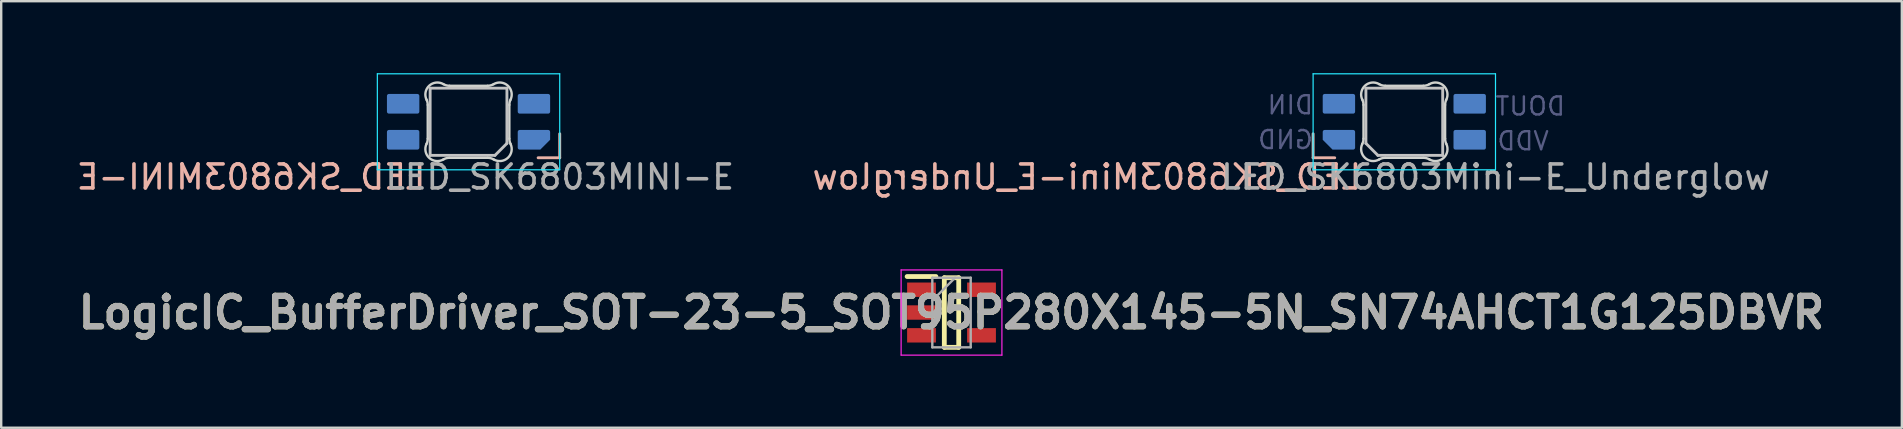
<source format=kicad_pcb>
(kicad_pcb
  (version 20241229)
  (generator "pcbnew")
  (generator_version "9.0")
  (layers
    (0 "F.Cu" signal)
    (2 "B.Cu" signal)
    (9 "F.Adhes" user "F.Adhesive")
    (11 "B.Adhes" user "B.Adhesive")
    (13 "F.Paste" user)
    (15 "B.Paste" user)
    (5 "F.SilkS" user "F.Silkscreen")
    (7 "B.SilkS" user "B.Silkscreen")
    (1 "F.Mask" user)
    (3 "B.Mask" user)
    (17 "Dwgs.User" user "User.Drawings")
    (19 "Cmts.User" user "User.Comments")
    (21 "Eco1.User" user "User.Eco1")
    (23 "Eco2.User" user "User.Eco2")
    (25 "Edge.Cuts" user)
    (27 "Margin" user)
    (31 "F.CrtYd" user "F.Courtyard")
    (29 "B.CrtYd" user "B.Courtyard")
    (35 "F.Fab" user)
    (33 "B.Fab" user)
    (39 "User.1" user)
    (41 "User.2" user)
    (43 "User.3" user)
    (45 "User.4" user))
  (footprint "LED_SK6803Mini-E_Underglow"
    (layer "F.Cu")
    (at 55.468 2.025)
    (property "Reference" "LED_SK6803Mini-E_Underglow" (at -1.7 2.3 0) (layer "B.SilkS") (effects (font (size 1 1) (thickness 0.15)) (justify left mirror)))
    (attr smd)
    (fp_line (start -3.8 0.5) (end -3.8 1.5) (stroke (width 0.12) (type solid)) (layer "B.SilkS"))
    (fp_line (start -3.8 1.5) (end -2.9 1.5) (stroke (width 0.12) (type solid)) (layer "B.SilkS"))
    (fp_line (start -1.6 0.9) (end -1.6 -1.4) (stroke (width 0.12) (type solid)) (layer "Dwgs.User"))
    (fp_line (start -1.6 0.9) (end -1.1 1.4) (stroke (width 0.12) (type solid)) (layer "Dwgs.User"))
    (fp_line (start -1.1 1.4) (end 1.6 1.4) (stroke (width 0.12) (type solid)) (layer "Dwgs.User"))
    (fp_line (start 1.6 -1.4) (end -1.6 -1.4) (stroke (width 0.12) (type solid)) (layer "Dwgs.User"))
    (fp_line (start 1.6 -1.4) (end 1.6 1.4) (stroke (width 0.12) (type solid)) (layer "Dwgs.User"))
    (fp_line (start -1.7 0.703) (end -1.7 -0.703) (stroke (width 0.1) (type solid)) (layer "Edge.Cuts"))
    (fp_line (start -0.794 -1.5) (end 0.794 -1.5) (stroke (width 0.1) (type solid)) (layer "Edge.Cuts"))
    (fp_line (start 0.794 1.5) (end -0.794 1.5) (stroke (width 0.1) (type solid)) (layer "Edge.Cuts"))
    (fp_line (start 1.7 -0.703) (end 1.7 0.703) (stroke (width 0.1) (type solid)) (layer "Edge.Cuts"))
    (fp_arc (start -1.749484 -0.919721) (mid -1.712527 -0.814069) (end -1.699999 -0.702843) (stroke (width 0.1) (type solid)) (layer "Edge.Cuts"))
    (fp_arc (start -1.749484 -0.919721) (mid -1.638071 -1.504036) (end -1.046711 -1.5683) (stroke (width 0.1) (type solid)) (layer "Edge.Cuts"))
    (fp_arc (start -1.699999 0.702842) (mid -1.712527 0.814067) (end -1.749484 0.919719) (stroke (width 0.1) (type solid)) (layer "Edge.Cuts"))
    (fp_arc (start -1.046711 1.568296) (mid -1.63807 1.504033) (end -1.749484 0.919719) (stroke (width 0.1) (type solid)) (layer "Edge.Cuts"))
    (fp_arc (start -1.04671 1.568298) (mid -0.925122 1.517376) (end -0.794452 1.499999) (stroke (width 0.1) (type solid)) (layer "Edge.Cuts"))
    (fp_arc (start -0.794453 -1.500001) (mid -0.925123 -1.517378) (end -1.046711 -1.5683) (stroke (width 0.1) (type solid)) (layer "Edge.Cuts"))
    (fp_arc (start 0.794452 1.499999) (mid 0.925123 1.517376) (end 1.046711 1.568298) (stroke (width 0.1) (type solid)) (layer "Edge.Cuts"))
    (fp_arc (start 1.046711 -1.568299) (mid 0.925123 -1.517377) (end 0.794453 -1.5) (stroke (width 0.1) (type solid)) (layer "Edge.Cuts"))
    (fp_arc (start 1.046711 -1.568299) (mid 1.638071 -1.504035) (end 1.749484 -0.919721) (stroke (width 0.1) (type solid)) (layer "Edge.Cuts"))
    (fp_arc (start 1.699999 -0.702844) (mid 1.712527 -0.814069) (end 1.749484 -0.919721) (stroke (width 0.1) (type solid)) (layer "Edge.Cuts"))
    (fp_arc (start 1.749484 0.919718) (mid 1.638072 1.504034) (end 1.046711 1.568298) (stroke (width 0.1) (type solid)) (layer "Edge.Cuts"))
    (fp_arc (start 1.749484 0.919719) (mid 1.712527 0.814067) (end 1.699999 0.702841) (stroke (width 0.1) (type solid)) (layer "Edge.Cuts"))
    (fp_line (start -3.8 -2) (end -3.8 2) (stroke (width 0.05) (type solid)) (layer "B.CrtYd"))
    (fp_line (start -3.8 2) (end 3.8 2) (stroke (width 0.05) (type solid)) (layer "B.CrtYd"))
    (fp_line (start 3.8 -2) (end -3.8 -2) (stroke (width 0.05) (type solid)) (layer "B.CrtYd"))
    (fp_line (start 3.8 2) (end 3.8 -2) (stroke (width 0.05) (type solid)) (layer "B.CrtYd"))
    (fp_text user "DIN" (at -4.75 -0.7 0) (layer "B.Fab") (effects (font (size 0.75 0.75) (thickness 0.1)) (justify mirror)))
    (fp_text user "VDD" (at 4.95 0.8 0) (layer "B.Fab") (effects (font (size 0.75 0.75) (thickness 0.1)) (justify mirror)))
    (fp_text user "GND" (at -4.95 0.75 0) (layer "B.Fab") (effects (font (size 0.75 0.75) (thickness 0.1)) (justify mirror)))
    (fp_text user "DOUT" (at 5.25 -0.65 0) (layer "B.Fab") (effects (font (size 0.75 0.75) (thickness 0.1)) (justify mirror)))
    (fp_text user "${REFERENCE}" (at 3.8 2.3 0) (layer "F.Fab") (effects (font (size 1 1) (thickness 0.15))))
    (pad "1" smd roundrect (at -2.725 0.75 90) (size 0.82 1.35) (layers "B.Cu" "B.Mask" "B.Paste") (roundrect_rratio 0.1) (chamfer_ratio 0.5) (chamfer top_left))
    (pad "2" smd roundrect (at -2.725 -0.75 90) (size 0.82 1.35) (layers "B.Cu" "B.Mask" "B.Paste") (roundrect_rratio 0.1))
    (pad "3" smd roundrect (at 2.725 -0.75 90) (size 0.82 1.35) (layers "B.Cu" "B.Mask" "B.Paste") (roundrect_rratio 0.1))
    (pad "4" smd roundrect (at 2.725 0.75 90) (size 0.82 1.35) (layers "B.Cu" "B.Mask" "B.Paste") (roundrect_rratio 0.1)))
  (footprint "LED_SK6803MINI-E"
    (layer "F.Cu")
    (at 16.474 2.025)
    (property "Reference" "LED_SK6803MINI-E" (at -1.7 2.3 0) (layer "B.SilkS") (effects (font (size 1 1) (thickness 0.15)) (justify left mirror)))
    (attr smd)
    (fp_line (start 3.8 0.5) (end 3.8 1.5) (stroke (width 0.12) (type solid)) (layer "B.SilkS"))
    (fp_line (start 3.8 1.5) (end 2.9 1.5) (stroke (width 0.12) (type solid)) (layer "B.SilkS"))
    (fp_line (start -1.6 -1.4) (end -1.6 1.4) (stroke (width 0.12) (type solid)) (layer "Dwgs.User"))
    (fp_line (start -1.6 1.4) (end 1.1 1.4) (stroke (width 0.12) (type solid)) (layer "Dwgs.User"))
    (fp_line (start 1.6 -1.4) (end -1.6 -1.4) (stroke (width 0.12) (type solid)) (layer "Dwgs.User"))
    (fp_line (start 1.6 0.9) (end 1.1 1.4) (stroke (width 0.12) (type solid)) (layer "Dwgs.User"))
    (fp_line (start 1.6 0.9) (end 1.6 -1.4) (stroke (width 0.12) (type solid)) (layer "Dwgs.User"))
    (fp_line (start -1.7 0.703) (end -1.7 -0.703) (stroke (width 0.1) (type solid)) (layer "Edge.Cuts"))
    (fp_line (start -0.794 -1.5) (end 0.794 -1.5) (stroke (width 0.1) (type solid)) (layer "Edge.Cuts"))
    (fp_line (start 0.794 1.5) (end -0.794 1.5) (stroke (width 0.1) (type solid)) (layer "Edge.Cuts"))
    (fp_line (start 1.7 -0.703) (end 1.7 0.703) (stroke (width 0.1) (type solid)) (layer "Edge.Cuts"))
    (fp_arc (start -1.749484 -0.919721) (mid -1.712527 -0.814069) (end -1.699999 -0.702843) (stroke (width 0.1) (type solid)) (layer "Edge.Cuts"))
    (fp_arc (start -1.749484 -0.919721) (mid -1.638071 -1.504036) (end -1.046711 -1.5683) (stroke (width 0.1) (type solid)) (layer "Edge.Cuts"))
    (fp_arc (start -1.699999 0.702842) (mid -1.712527 0.814067) (end -1.749484 0.919719) (stroke (width 0.1) (type solid)) (layer "Edge.Cuts"))
    (fp_arc (start -1.046711 1.568296) (mid -1.63807 1.504033) (end -1.749484 0.919719) (stroke (width 0.1) (type solid)) (layer "Edge.Cuts"))
    (fp_arc (start -1.04671 1.568298) (mid -0.925122 1.517376) (end -0.794452 1.499999) (stroke (width 0.1) (type solid)) (layer "Edge.Cuts"))
    (fp_arc (start -0.794453 -1.500001) (mid -0.925123 -1.517378) (end -1.046711 -1.5683) (stroke (width 0.1) (type solid)) (layer "Edge.Cuts"))
    (fp_arc (start 0.794452 1.499999) (mid 0.925123 1.517376) (end 1.046711 1.568298) (stroke (width 0.1) (type solid)) (layer "Edge.Cuts"))
    (fp_arc (start 1.046711 -1.568299) (mid 0.925123 -1.517377) (end 0.794453 -1.5) (stroke (width 0.1) (type solid)) (layer "Edge.Cuts"))
    (fp_arc (start 1.046711 -1.568299) (mid 1.63807 -1.504035) (end 1.749484 -0.919721) (stroke (width 0.1) (type solid)) (layer "Edge.Cuts"))
    (fp_arc (start 1.699999 -0.702844) (mid 1.712527 -0.814069) (end 1.749484 -0.919721) (stroke (width 0.1) (type solid)) (layer "Edge.Cuts"))
    (fp_arc (start 1.749484 0.919718) (mid 1.638072 1.504034) (end 1.046711 1.568298) (stroke (width 0.1) (type solid)) (layer "Edge.Cuts"))
    (fp_arc (start 1.749484 0.919719) (mid 1.712527 0.814067) (end 1.699999 0.702841) (stroke (width 0.1) (type solid)) (layer "Edge.Cuts"))
    (fp_line (start -3.8 -2) (end -3.8 2) (stroke (width 0.05) (type solid)) (layer "B.CrtYd"))
    (fp_line (start -3.8 2) (end 3.8 2) (stroke (width 0.05) (type solid)) (layer "B.CrtYd"))
    (fp_line (start 3.8 -2) (end -3.8 -2) (stroke (width 0.05) (type solid)) (layer "B.CrtYd"))
    (fp_line (start 3.8 2) (end 3.8 -2) (stroke (width 0.05) (type solid)) (layer "B.CrtYd"))
    (fp_text user "${REFERENCE}" (at 3.8 2.3 0) (layer "F.Fab") (effects (font (size 1 1) (thickness 0.15))))
    (pad "1" smd roundrect (at 2.725 0.75 270) (size 0.82 1.35) (layers "B.Cu" "B.Mask" "B.Paste") (roundrect_rratio 0.1) (chamfer_ratio 0.5) (chamfer top_right))
    (pad "2" smd roundrect (at 2.725 -0.75 270) (size 0.82 1.35) (layers "B.Cu" "B.Mask" "B.Paste") (roundrect_rratio 0.1))
    (pad "3" smd roundrect (at -2.725 -0.75 270) (size 0.82 1.35) (layers "B.Cu" "B.Mask" "B.Paste") (roundrect_rratio 0.1))
    (pad "4" smd roundrect (at -2.725 0.75 270) (size 0.82 1.35) (layers "B.Cu" "B.Mask" "B.Paste") (roundrect_rratio 0.1)))
  (footprint "LogicIC_BufferDriver_SOT-23-5_SOT95P280X145-5N_SN74AHCT1G125DBVR"
    (layer "F.Cu")
    (at 36.6 9.973)
    (property "Reference" "LogicIC_BufferDriver_SOT-23-5_SOT95P280X145-5N_SN74AHCT1G125DBVR" (at 0 0 0) (layer "F.SilkS") (effects (font (size 1.27 1.27) (thickness 0.254))))
    (attr smd)
    (fp_line (start -1.85 -1.5) (end -0.65 -1.5) (stroke (width 0.2) (type solid)) (layer "F.SilkS"))
    (fp_line (start -0.3 -1.45) (end 0.3 -1.45) (stroke (width 0.2) (type solid)) (layer "F.SilkS"))
    (fp_line (start -0.3 1.45) (end -0.3 -1.45) (stroke (width 0.2) (type solid)) (layer "F.SilkS"))
    (fp_line (start 0.3 -1.45) (end 0.3 1.45) (stroke (width 0.2) (type solid)) (layer "F.SilkS"))
    (fp_line (start 0.3 1.45) (end -0.3 1.45) (stroke (width 0.2) (type solid)) (layer "F.SilkS"))
    (fp_line (start -2.1 -1.775) (end 2.1 -1.775) (stroke (width 0.05) (type solid)) (layer "F.CrtYd"))
    (fp_line (start -2.1 1.775) (end -2.1 -1.775) (stroke (width 0.05) (type solid)) (layer "F.CrtYd"))
    (fp_line (start 2.1 -1.775) (end 2.1 1.775) (stroke (width 0.05) (type solid)) (layer "F.CrtYd"))
    (fp_line (start 2.1 1.775) (end -2.1 1.775) (stroke (width 0.05) (type solid)) (layer "F.CrtYd"))
    (fp_line (start -0.8 -1.45) (end 0.8 -1.45) (stroke (width 0.1) (type solid)) (layer "F.Fab"))
    (fp_line (start -0.8 -0.5) (end 0.15 -1.45) (stroke (width 0.1) (type solid)) (layer "F.Fab"))
    (fp_line (start -0.8 1.45) (end -0.8 -1.45) (stroke (width 0.1) (type solid)) (layer "F.Fab"))
    (fp_line (start 0.8 -1.45) (end 0.8 1.45) (stroke (width 0.1) (type solid)) (layer "F.Fab"))
    (fp_line (start 0.8 1.45) (end -0.8 1.45) (stroke (width 0.1) (type solid)) (layer "F.Fab"))
    (fp_text user "${REFERENCE}" (at 0 0 0) (layer "F.Fab") (effects (font (size 1.27 1.27) (thickness 0.254))))
    (pad "1" smd rect (at -1.25 -0.95 90) (size 0.6 1.2) (layers "F.Cu" "F.Mask" "F.Paste"))
    (pad "2" smd rect (at -1.25 0 90) (size 0.6 1.2) (layers "F.Cu" "F.Mask" "F.Paste"))
    (pad "3" smd rect (at -1.25 0.95 90) (size 0.6 1.2) (layers "F.Cu" "F.Mask" "F.Paste"))
    (pad "4" smd rect (at 1.25 0.95 90) (size 0.6 1.2) (layers "F.Cu" "F.Mask" "F.Paste"))
    (pad "5" smd rect (at 1.25 -0.95 90) (size 0.6 1.2) (layers "F.Cu" "F.Mask" "F.Paste")))
  (gr_rect
    (start -3 -3)
    (end 76.2 14.773)
    (stroke (width 0.1) (type default))
    (fill no)
    (layer "Edge.Cuts")))
</source>
